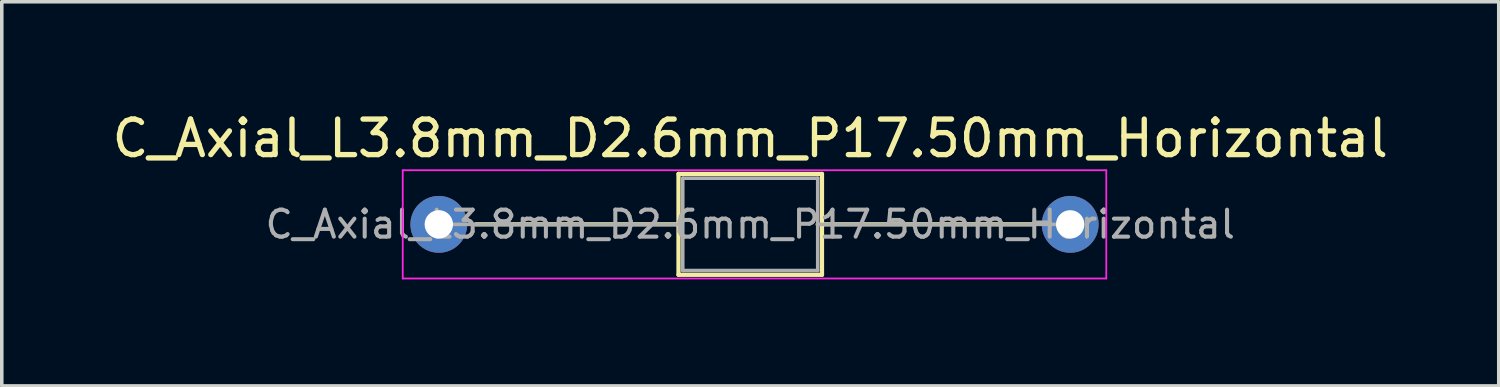
<source format=kicad_pcb>
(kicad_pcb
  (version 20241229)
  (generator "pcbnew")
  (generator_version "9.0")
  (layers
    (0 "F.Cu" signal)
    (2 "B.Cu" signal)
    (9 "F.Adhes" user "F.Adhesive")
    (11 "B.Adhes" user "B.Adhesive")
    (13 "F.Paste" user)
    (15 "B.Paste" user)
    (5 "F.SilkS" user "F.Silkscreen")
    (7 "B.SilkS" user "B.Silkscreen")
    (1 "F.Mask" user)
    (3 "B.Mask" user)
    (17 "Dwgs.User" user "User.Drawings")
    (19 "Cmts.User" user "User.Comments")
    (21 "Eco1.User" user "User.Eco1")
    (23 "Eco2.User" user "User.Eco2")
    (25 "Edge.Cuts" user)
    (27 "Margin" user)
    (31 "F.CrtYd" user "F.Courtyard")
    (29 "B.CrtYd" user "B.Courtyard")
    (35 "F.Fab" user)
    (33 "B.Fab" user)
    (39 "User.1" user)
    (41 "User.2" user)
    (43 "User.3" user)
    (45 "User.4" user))
  (footprint "C_Axial_L3.8mm_D2.6mm_P17.50mm_Horizontal"
    (layer "F.Cu")
    (at 9.307 3.268)
    (property "Reference" "C_Axial_L3.8mm_D2.6mm_P17.50mm_Horizontal" (at 8.77 -2.42 0) (layer "F.SilkS") (effects (font (size 1 1) (thickness 0.15))))
    (attr through_hole)
    (fp_line (start 1.04 0) (end 6.731 0) (stroke (width 0.12) (type solid)) (layer "F.SilkS"))
    (fp_line (start 6.75 -1.42) (end 6.75 1.42) (stroke (width 0.12) (type solid)) (layer "F.SilkS"))
    (fp_line (start 6.75 1.42) (end 10.79 1.42) (stroke (width 0.12) (type solid)) (layer "F.SilkS"))
    (fp_line (start 10.79 -1.42) (end 6.75 -1.42) (stroke (width 0.12) (type solid)) (layer "F.SilkS"))
    (fp_line (start 10.79 1.42) (end 10.79 -1.42) (stroke (width 0.12) (type solid)) (layer "F.SilkS"))
    (fp_line (start 16.764 0) (end 10.795 0) (stroke (width 0.12) (type solid)) (layer "F.SilkS"))
    (fp_line (start -1.016 -1.524) (end -1.016 1.524) (stroke (width 0.05) (type solid)) (layer "F.CrtYd"))
    (fp_line (start -1.016 1.524) (end 18.796 1.524) (stroke (width 0.05) (type solid)) (layer "F.CrtYd"))
    (fp_line (start 18.796 -1.524) (end -1.016 -1.524) (stroke (width 0.05) (type solid)) (layer "F.CrtYd"))
    (fp_line (start 18.796 1.524) (end 18.796 -1.524) (stroke (width 0.05) (type solid)) (layer "F.CrtYd"))
    (fp_line (start 0 0) (end 6.858 0) (stroke (width 0.1) (type solid)) (layer "F.Fab"))
    (fp_line (start 6.87 -1.3) (end 6.87 1.3) (stroke (width 0.1) (type solid)) (layer "F.Fab"))
    (fp_line (start 6.87 1.3) (end 10.67 1.3) (stroke (width 0.1) (type solid)) (layer "F.Fab"))
    (fp_line (start 10.67 -1.3) (end 6.87 -1.3) (stroke (width 0.1) (type solid)) (layer "F.Fab"))
    (fp_line (start 10.67 1.3) (end 10.67 -1.3) (stroke (width 0.1) (type solid)) (layer "F.Fab"))
    (fp_line (start 17.78 0) (end 10.656 0) (stroke (width 0.1) (type solid)) (layer "F.Fab"))
    (fp_text user "${REFERENCE}" (at 8.77 0 0) (layer "F.Fab") (effects (font (size 0.76 0.76) (thickness 0.114))))
    (pad "1" thru_hole circle (at 0 0) (size 1.6 1.6) (drill 0.8) (layers "*.Cu" "*.Mask"))
    (pad "2" thru_hole oval (at 17.78 0) (size 1.6 1.6) (drill 0.8) (layers "*.Cu" "*.Mask")))
  (gr_rect
    (start -3 -3)
    (end 39.155 7.817)
    (stroke (width 0.1) (type default))
    (fill no)
    (layer "Edge.Cuts")))
</source>
